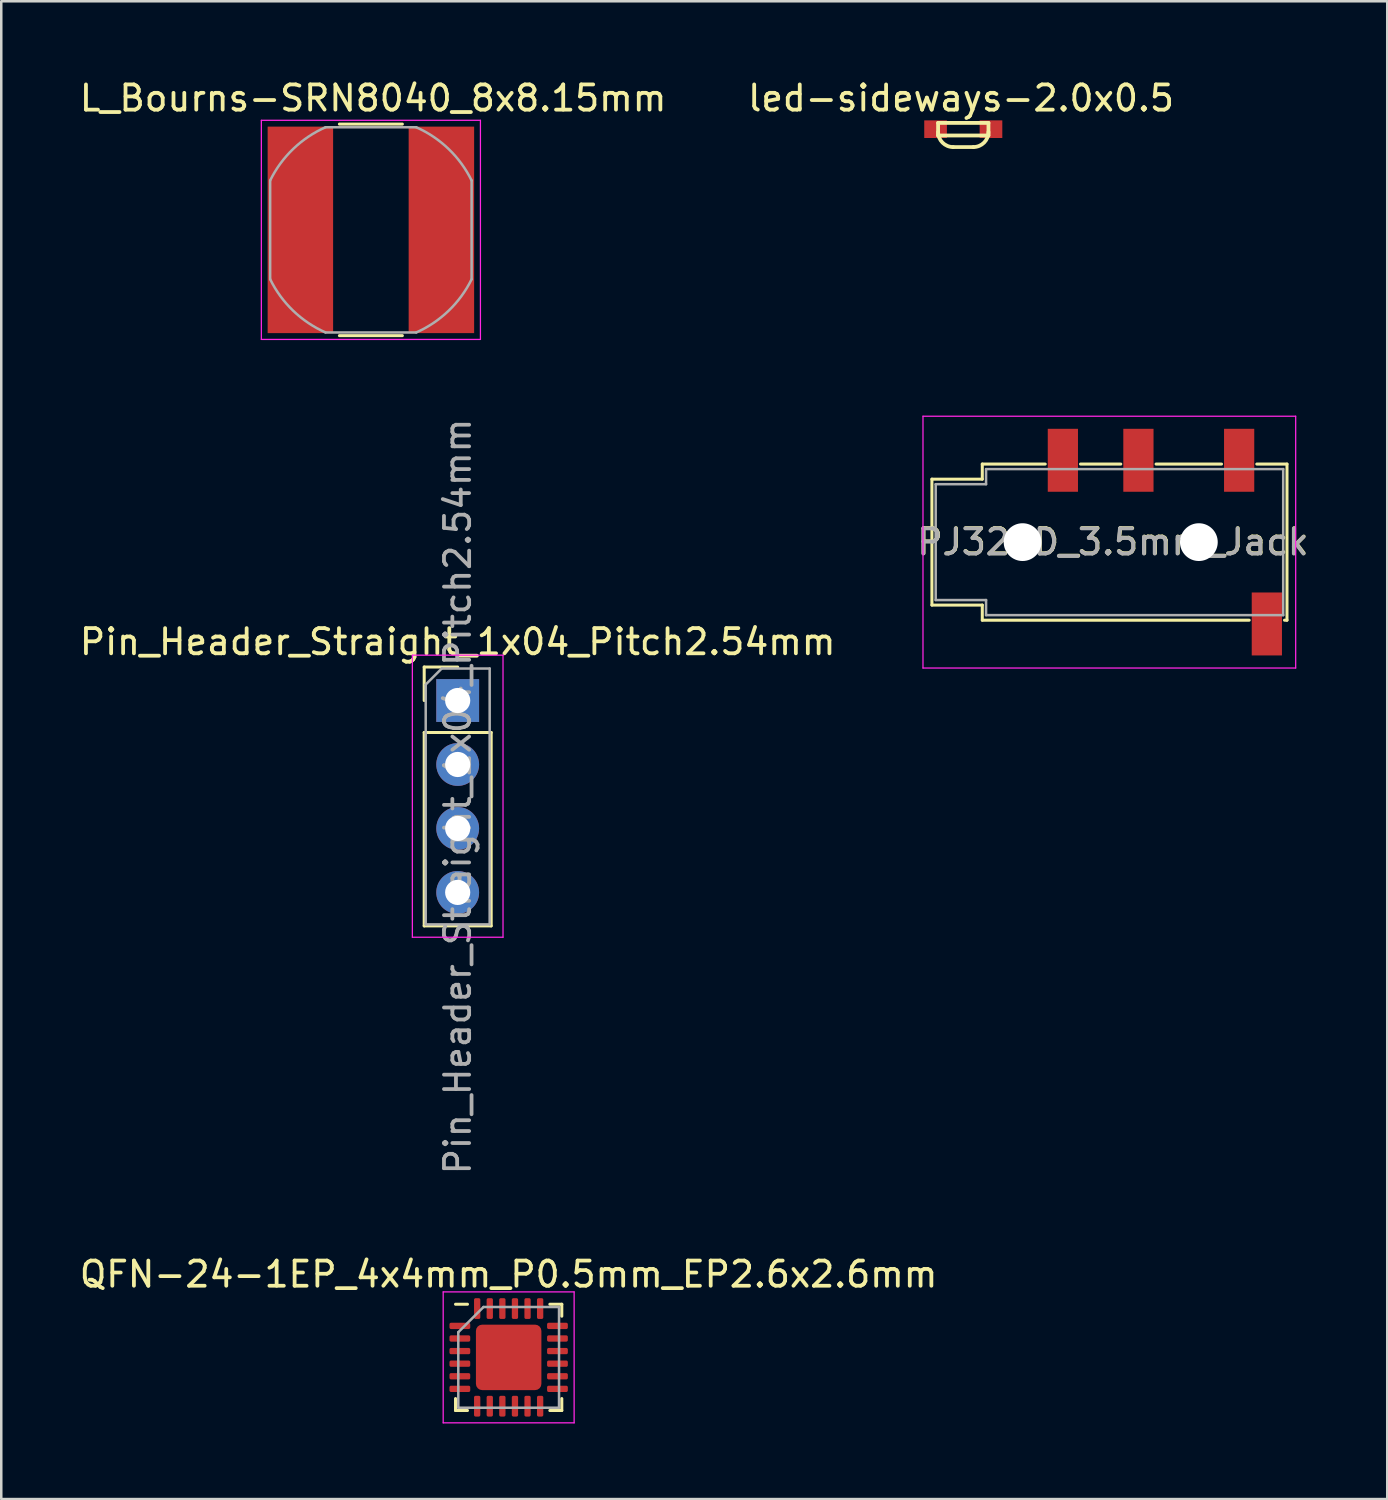
<source format=kicad_pcb>
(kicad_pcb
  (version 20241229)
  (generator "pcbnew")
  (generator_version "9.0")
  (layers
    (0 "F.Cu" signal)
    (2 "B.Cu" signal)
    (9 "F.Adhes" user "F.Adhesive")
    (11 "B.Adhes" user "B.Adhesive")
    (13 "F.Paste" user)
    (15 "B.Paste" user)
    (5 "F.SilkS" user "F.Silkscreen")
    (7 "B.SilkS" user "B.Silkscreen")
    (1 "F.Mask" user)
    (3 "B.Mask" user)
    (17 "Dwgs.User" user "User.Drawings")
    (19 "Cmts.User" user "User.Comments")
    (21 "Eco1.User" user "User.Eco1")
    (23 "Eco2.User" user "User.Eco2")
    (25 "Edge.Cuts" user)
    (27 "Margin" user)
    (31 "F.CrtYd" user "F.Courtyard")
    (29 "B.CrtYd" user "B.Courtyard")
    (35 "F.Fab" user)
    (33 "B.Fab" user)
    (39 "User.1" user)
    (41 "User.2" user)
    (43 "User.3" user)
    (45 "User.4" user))
  (footprint "L_Bourns-SRN8040_8x8.15mm"
    (layer "F.Cu")
    (at 11.678 6.078)
    (property "Reference" "L_Bourns-SRN8040_8x8.15mm" (at 0.09 -5.23 180) (layer "F.SilkS") (effects (font (size 1 1) (thickness 0.15))))
    (attr smd)
    (fp_line (start -1.25 4.2) (end 1.25 4.2) (stroke (width 0.12) (type solid)) (layer "F.SilkS"))
    (fp_line (start 1.25 -4.2) (end -1.25 -4.2) (stroke (width 0.12) (type solid)) (layer "F.SilkS"))
    (fp_line (start -4.35 -4.35) (end -4.35 4.35) (stroke (width 0.05) (type solid)) (layer "F.CrtYd"))
    (fp_line (start -4.35 -4.35) (end 4.35 -4.35) (stroke (width 0.05) (type solid)) (layer "F.CrtYd"))
    (fp_line (start -4.35 4.35) (end 4.35 4.35) (stroke (width 0.05) (type solid)) (layer "F.CrtYd"))
    (fp_line (start 4.35 -4.35) (end 4.35 4.35) (stroke (width 0.05) (type solid)) (layer "F.CrtYd"))
    (fp_line (start -4 -1.96) (end -4 1.96) (stroke (width 0.1) (type solid)) (layer "F.Fab"))
    (fp_line (start -1.8 -4.075) (end 1.8 -4.075) (stroke (width 0.1) (type solid)) (layer "F.Fab"))
    (fp_line (start 1.8 4.075) (end -1.8 4.075) (stroke (width 0.1) (type solid)) (layer "F.Fab"))
    (fp_line (start 4 -1.96) (end 4 1.96) (stroke (width 0.1) (type solid)) (layer "F.Fab"))
    (fp_arc (start -3.99824 -1.964613) (mid -3.085179 -3.213611) (end -1.8 -4.075) (stroke (width 0.1) (type solid)) (layer "F.Fab"))
    (fp_arc (start -1.804314 4.072598) (mid -3.088411 3.209878) (end -4 1.96) (stroke (width 0.1) (type solid)) (layer "F.Fab"))
    (fp_arc (start 1.799817 -4.074587) (mid 3.086639 -3.211582) (end 4 -1.96) (stroke (width 0.1) (type solid)) (layer "F.Fab"))
    (fp_arc (start 3.99824 1.964613) (mid 3.085179 3.213611) (end 1.8 4.075) (stroke (width 0.1) (type solid)) (layer "F.Fab"))
    (pad "1" smd rect (at -2.8 0) (size 2.6 8.2) (layers "F.Cu" "F.Mask" "F.Paste"))
    (pad "2" smd rect (at 2.8 0) (size 2.6 8.2) (layers "F.Cu" "F.Mask" "F.Paste")))
  (footprint "PJ320D_3.5mm_Jack"
    (layer "F.Cu")
    (at 42.332 18.478)
    (property "Reference" "PJ320D_3.5mm_Jack" (at -1.181 -0.013 180) (layer "F.SilkS") (effects (font (size 1 1) (thickness 0.15))))
    (attr smd)
    (fp_line (start -8.375 -2.5) (end -8.375 2.5) (stroke (width 0.12) (type solid)) (layer "F.SilkS"))
    (fp_line (start -6.375 -3.1) (end -6.375 -2.5) (stroke (width 0.12) (type solid)) (layer "F.SilkS"))
    (fp_line (start -6.375 -3.1) (end -3.875 -3.1) (stroke (width 0.12) (type solid)) (layer "F.SilkS"))
    (fp_line (start -6.375 -2.5) (end -8.375 -2.5) (stroke (width 0.12) (type solid)) (layer "F.SilkS"))
    (fp_line (start -6.375 2.5) (end -8.375 2.5) (stroke (width 0.12) (type solid)) (layer "F.SilkS"))
    (fp_line (start -6.375 2.5) (end -6.375 3.1) (stroke (width 0.12) (type solid)) (layer "F.SilkS"))
    (fp_line (start -2.475 -3.1) (end -0.875 -3.1) (stroke (width 0.12) (type solid)) (layer "F.SilkS"))
    (fp_line (start 0.525 -3.1) (end 3.125 -3.1) (stroke (width 0.12) (type solid)) (layer "F.SilkS"))
    (fp_line (start 4.225 3.1) (end -6.375 3.1) (stroke (width 0.12) (type solid)) (layer "F.SilkS"))
    (fp_line (start 4.525 -3.1) (end 5.725 -3.1) (stroke (width 0.12) (type solid)) (layer "F.SilkS"))
    (fp_line (start 5.625 3.1) (end 5.725 3.1) (stroke (width 0.12) (type solid)) (layer "F.SilkS"))
    (fp_line (start 5.725 3.1) (end 5.725 -3.1) (stroke (width 0.12) (type solid)) (layer "F.SilkS"))
    (fp_line (start -8.73 -5) (end 6.07 -5) (stroke (width 0.05) (type solid)) (layer "F.CrtYd"))
    (fp_line (start -8.73 5) (end -8.73 -5) (stroke (width 0.05) (type solid)) (layer "F.CrtYd"))
    (fp_line (start -8.73 5) (end 6.07 5) (stroke (width 0.05) (type solid)) (layer "F.CrtYd"))
    (fp_line (start 6.07 5) (end 6.07 -5) (stroke (width 0.05) (type solid)) (layer "F.CrtYd"))
    (fp_line (start -8.225 -2.3) (end -6.225 -2.3) (stroke (width 0.1) (type solid)) (layer "F.Fab"))
    (fp_line (start -8.225 2.3) (end -8.225 -2.3) (stroke (width 0.1) (type solid)) (layer "F.Fab"))
    (fp_line (start -6.225 -2.9) (end 5.575 -2.9) (stroke (width 0.1) (type solid)) (layer "F.Fab"))
    (fp_line (start -6.225 -2.3) (end -6.225 -2.9) (stroke (width 0.1) (type solid)) (layer "F.Fab"))
    (fp_line (start -6.225 2.3) (end -8.225 2.3) (stroke (width 0.1) (type solid)) (layer "F.Fab"))
    (fp_line (start -6.225 2.9) (end -6.225 2.3) (stroke (width 0.1) (type solid)) (layer "F.Fab"))
    (fp_line (start 5.575 -2.9) (end 5.575 2.9) (stroke (width 0.1) (type solid)) (layer "F.Fab"))
    (fp_line (start 5.575 2.9) (end -6.225 2.9) (stroke (width 0.1) (type solid)) (layer "F.Fab"))
    (fp_text user "${REFERENCE}" (at -1.195 0 180) (layer "F.Fab") (effects (font (size 1 1) (thickness 0.15))))
    (pad "" np_thru_hole circle (at -4.775 0) (size 1.5 1.5) (drill 1.5) (layers "*.Cu" "*.Mask"))
    (pad "" np_thru_hole circle (at 2.225 0) (size 1.5 1.5) (drill 1.5) (layers "*.Cu" "*.Mask"))
    (pad "1" smd rect (at 3.825 -3.25) (size 1.2 2.5) (layers "F.Cu" "F.Mask" "F.Paste"))
    (pad "2" smd rect (at -0.175 -3.25) (size 1.2 2.5) (layers "F.Cu" "F.Mask" "F.Paste"))
    (pad "3" smd rect (at -3.175 -3.25) (size 1.2 2.5) (layers "F.Cu" "F.Mask" "F.Paste"))
    (pad "4" smd rect (at 4.925 3.25) (size 1.2 2.5) (layers "F.Cu" "F.Mask" "F.Paste")))
  (footprint "Pin_Header_Straight_1x04_Pitch2.54mm"
    (layer "F.Cu")
    (at 15.125 24.768)
    (property "Reference" "Pin_Header_Straight_1x04_Pitch2.54mm" (at 0 -2.33 0) (layer "F.SilkS") (effects (font (size 1 1) (thickness 0.15))))
    (attr through_hole)
    (fp_line (start -1.33 -1.33) (end 0 -1.33) (stroke (width 0.12) (type solid)) (layer "F.SilkS"))
    (fp_line (start -1.33 0) (end -1.33 -1.33) (stroke (width 0.12) (type solid)) (layer "F.SilkS"))
    (fp_line (start -1.33 1.27) (end -1.33 8.95) (stroke (width 0.12) (type solid)) (layer "F.SilkS"))
    (fp_line (start -1.33 1.27) (end 1.33 1.27) (stroke (width 0.12) (type solid)) (layer "F.SilkS"))
    (fp_line (start -1.33 8.95) (end 1.33 8.95) (stroke (width 0.12) (type solid)) (layer "F.SilkS"))
    (fp_line (start 1.33 1.27) (end 1.33 8.95) (stroke (width 0.12) (type solid)) (layer "F.SilkS"))
    (fp_line (start -1.8 -1.8) (end -1.8 9.4) (stroke (width 0.05) (type solid)) (layer "F.CrtYd"))
    (fp_line (start -1.8 9.4) (end 1.8 9.4) (stroke (width 0.05) (type solid)) (layer "F.CrtYd"))
    (fp_line (start 1.8 -1.8) (end -1.8 -1.8) (stroke (width 0.05) (type solid)) (layer "F.CrtYd"))
    (fp_line (start 1.8 9.4) (end 1.8 -1.8) (stroke (width 0.05) (type solid)) (layer "F.CrtYd"))
    (fp_line (start -1.27 -0.635) (end -0.635 -1.27) (stroke (width 0.1) (type solid)) (layer "F.Fab"))
    (fp_line (start -1.27 8.89) (end -1.27 -0.635) (stroke (width 0.1) (type solid)) (layer "F.Fab"))
    (fp_line (start -0.635 -1.27) (end 1.27 -1.27) (stroke (width 0.1) (type solid)) (layer "F.Fab"))
    (fp_line (start 1.27 -1.27) (end 1.27 8.89) (stroke (width 0.1) (type solid)) (layer "F.Fab"))
    (fp_line (start 1.27 8.89) (end -1.27 8.89) (stroke (width 0.1) (type solid)) (layer "F.Fab"))
    (fp_text user "${REFERENCE}" (at 0 3.81 270) (layer "F.Fab") (effects (font (size 1 1) (thickness 0.15))))
    (pad "1" thru_hole rect (at 0 0) (size 1.7 1.7) (drill 1) (layers "*.Cu" "*.Mask"))
    (pad "2" thru_hole oval (at 0 2.54) (size 1.7 1.7) (drill 1) (layers "*.Cu" "*.Mask"))
    (pad "3" thru_hole oval (at 0 5.08) (size 1.7 1.7) (drill 1) (layers "*.Cu" "*.Mask"))
    (pad "4" thru_hole oval (at 0 7.62) (size 1.7 1.7) (drill 1) (layers "*.Cu" "*.Mask")))
  (footprint "QFN-24-1EP_4x4mm_P0.5mm_EP2.6x2.6mm"
    (layer "F.Cu")
    (at 17.149 50.852)
    (property "Reference" "QFN-24-1EP_4x4mm_P0.5mm_EP2.6x2.6mm" (at 0 -3.3 180) (layer "F.SilkS") (effects (font (size 1 1) (thickness 0.15))))
    (attr smd)
    (fp_line (start -2.11 2.11) (end -2.11 1.635) (stroke (width 0.12) (type solid)) (layer "F.SilkS"))
    (fp_line (start -1.635 -2.11) (end -2.11 -2.11) (stroke (width 0.12) (type solid)) (layer "F.SilkS"))
    (fp_line (start -1.635 2.11) (end -2.11 2.11) (stroke (width 0.12) (type solid)) (layer "F.SilkS"))
    (fp_line (start 1.635 -2.11) (end 2.11 -2.11) (stroke (width 0.12) (type solid)) (layer "F.SilkS"))
    (fp_line (start 1.635 2.11) (end 2.11 2.11) (stroke (width 0.12) (type solid)) (layer "F.SilkS"))
    (fp_line (start 2.11 -2.11) (end 2.11 -1.635) (stroke (width 0.12) (type solid)) (layer "F.SilkS"))
    (fp_line (start 2.11 2.11) (end 2.11 1.635) (stroke (width 0.12) (type solid)) (layer "F.SilkS"))
    (fp_line (start -2.6 -2.6) (end -2.6 2.6) (stroke (width 0.05) (type solid)) (layer "F.CrtYd"))
    (fp_line (start -2.6 2.6) (end 2.6 2.6) (stroke (width 0.05) (type solid)) (layer "F.CrtYd"))
    (fp_line (start 2.6 -2.6) (end -2.6 -2.6) (stroke (width 0.05) (type solid)) (layer "F.CrtYd"))
    (fp_line (start 2.6 2.6) (end 2.6 -2.6) (stroke (width 0.05) (type solid)) (layer "F.CrtYd"))
    (fp_line (start -2 -1) (end -1 -2) (stroke (width 0.1) (type solid)) (layer "F.Fab"))
    (fp_line (start -2 2) (end -2 -1) (stroke (width 0.1) (type solid)) (layer "F.Fab"))
    (fp_line (start -1 -2) (end 2 -2) (stroke (width 0.1) (type solid)) (layer "F.Fab"))
    (fp_line (start 2 -2) (end 2 2) (stroke (width 0.1) (type solid)) (layer "F.Fab"))
    (fp_line (start 2 2) (end -2 2) (stroke (width 0.1) (type solid)) (layer "F.Fab"))
    (pad "" smd roundrect (at -0.65 -0.65) (size 1.05 1.05) (layers "F.Paste") (roundrect_rratio 0.238))
    (pad "" smd roundrect (at -0.65 0.65) (size 1.05 1.05) (layers "F.Paste") (roundrect_rratio 0.238))
    (pad "" smd roundrect (at 0.65 -0.65) (size 1.05 1.05) (layers "F.Paste") (roundrect_rratio 0.238))
    (pad "" smd roundrect (at 0.65 0.65) (size 1.05 1.05) (layers "F.Paste") (roundrect_rratio 0.238))
    (pad "1" smd roundrect (at -1.938 -1.25) (size 0.825 0.25) (layers "F.Cu" "F.Mask" "F.Paste") (roundrect_rratio 0.25))
    (pad "2" smd roundrect (at -1.938 -0.75) (size 0.825 0.25) (layers "F.Cu" "F.Mask" "F.Paste") (roundrect_rratio 0.25))
    (pad "3" smd roundrect (at -1.938 -0.25) (size 0.825 0.25) (layers "F.Cu" "F.Mask" "F.Paste") (roundrect_rratio 0.25))
    (pad "4" smd roundrect (at -1.938 0.25) (size 0.825 0.25) (layers "F.Cu" "F.Mask" "F.Paste") (roundrect_rratio 0.25))
    (pad "5" smd roundrect (at -1.938 0.75) (size 0.825 0.25) (layers "F.Cu" "F.Mask" "F.Paste") (roundrect_rratio 0.25))
    (pad "6" smd roundrect (at -1.938 1.25) (size 0.825 0.25) (layers "F.Cu" "F.Mask" "F.Paste") (roundrect_rratio 0.25))
    (pad "7" smd roundrect (at -1.25 1.938) (size 0.25 0.825) (layers "F.Cu" "F.Mask" "F.Paste") (roundrect_rratio 0.25))
    (pad "8" smd roundrect (at -0.75 1.938) (size 0.25 0.825) (layers "F.Cu" "F.Mask" "F.Paste") (roundrect_rratio 0.25))
    (pad "9" smd roundrect (at -0.25 1.938) (size 0.25 0.825) (layers "F.Cu" "F.Mask" "F.Paste") (roundrect_rratio 0.25))
    (pad "10" smd roundrect (at 0.25 1.938) (size 0.25 0.825) (layers "F.Cu" "F.Mask" "F.Paste") (roundrect_rratio 0.25))
    (pad "11" smd roundrect (at 0.75 1.938) (size 0.25 0.825) (layers "F.Cu" "F.Mask" "F.Paste") (roundrect_rratio 0.25))
    (pad "12" smd roundrect (at 1.25 1.938) (size 0.25 0.825) (layers "F.Cu" "F.Mask" "F.Paste") (roundrect_rratio 0.25))
    (pad "13" smd roundrect (at 1.938 1.25) (size 0.825 0.25) (layers "F.Cu" "F.Mask" "F.Paste") (roundrect_rratio 0.25))
    (pad "14" smd roundrect (at 1.938 0.75) (size 0.825 0.25) (layers "F.Cu" "F.Mask" "F.Paste") (roundrect_rratio 0.25))
    (pad "15" smd roundrect (at 1.938 0.25) (size 0.825 0.25) (layers "F.Cu" "F.Mask" "F.Paste") (roundrect_rratio 0.25))
    (pad "16" smd roundrect (at 1.938 -0.25) (size 0.825 0.25) (layers "F.Cu" "F.Mask" "F.Paste") (roundrect_rratio 0.25))
    (pad "17" smd roundrect (at 1.938 -0.75) (size 0.825 0.25) (layers "F.Cu" "F.Mask" "F.Paste") (roundrect_rratio 0.25))
    (pad "18" smd roundrect (at 1.938 -1.25) (size 0.825 0.25) (layers "F.Cu" "F.Mask" "F.Paste") (roundrect_rratio 0.25))
    (pad "19" smd roundrect (at 1.25 -1.938) (size 0.25 0.825) (layers "F.Cu" "F.Mask" "F.Paste") (roundrect_rratio 0.25))
    (pad "20" smd roundrect (at 0.75 -1.938) (size 0.25 0.825) (layers "F.Cu" "F.Mask" "F.Paste") (roundrect_rratio 0.25))
    (pad "21" smd roundrect (at 0.25 -1.938) (size 0.25 0.825) (layers "F.Cu" "F.Mask" "F.Paste") (roundrect_rratio 0.25))
    (pad "22" smd roundrect (at -0.25 -1.938) (size 0.25 0.825) (layers "F.Cu" "F.Mask" "F.Paste") (roundrect_rratio 0.25))
    (pad "23" smd roundrect (at -0.75 -1.938) (size 0.25 0.825) (layers "F.Cu" "F.Mask" "F.Paste") (roundrect_rratio 0.25))
    (pad "24" smd roundrect (at -1.25 -1.938) (size 0.25 0.825) (layers "F.Cu" "F.Mask" "F.Paste") (roundrect_rratio 0.25))
    (pad "25" smd roundrect (at 0 0) (size 2.6 2.6) (layers "F.Cu" "F.Mask") (roundrect_rratio 0.096)))
  (footprint "led-sideways-2.0x0.5"
    (layer "F.Cu")
    (at 35.202 2.08)
    (property "Reference" "led-sideways-2.0x0.5" (at -0.089 -1.232 0) (layer "F.SilkS") (effects (font (size 1 1) (thickness 0.15))))
    (attr through_hole)
    (fp_line (start -1 -0.25) (end -1 0.25) (stroke (width 0.15) (type solid)) (layer "F.SilkS"))
    (fp_line (start -1 -0.25) (end 1 -0.25) (stroke (width 0.15) (type solid)) (layer "F.SilkS"))
    (fp_line (start 0.4 0.71) (end -0.4 0.71) (stroke (width 0.15) (type solid)) (layer "F.SilkS"))
    (fp_line (start 1 -0.25) (end 1 0.25) (stroke (width 0.15) (type solid)) (layer "F.SilkS"))
    (fp_line (start 1 0.25) (end -1 0.25) (stroke (width 0.15) (type solid)) (layer "F.SilkS"))
    (fp_arc (start -0.4 0.71) (mid -0.824264 0.534264) (end -1 0.11) (stroke (width 0.15) (type solid)) (layer "F.SilkS"))
    (fp_arc (start 1 0.11) (mid 0.824264 0.534264) (end 0.4 0.71) (stroke (width 0.15) (type solid)) (layer "F.SilkS"))
    (pad "1" smd rect (at -1.1 0) (size 0.9 0.7) (layers "F.Cu" "F.Mask" "F.Paste"))
    (pad "2" smd rect (at 1.1 0) (size 0.9 0.7) (layers "F.Cu" "F.Mask" "F.Paste")))
  (gr_rect
    (start -3 -3)
    (end 52.038 56.477)
    (stroke (width 0.1) (type default))
    (fill no)
    (layer "Edge.Cuts")))
</source>
